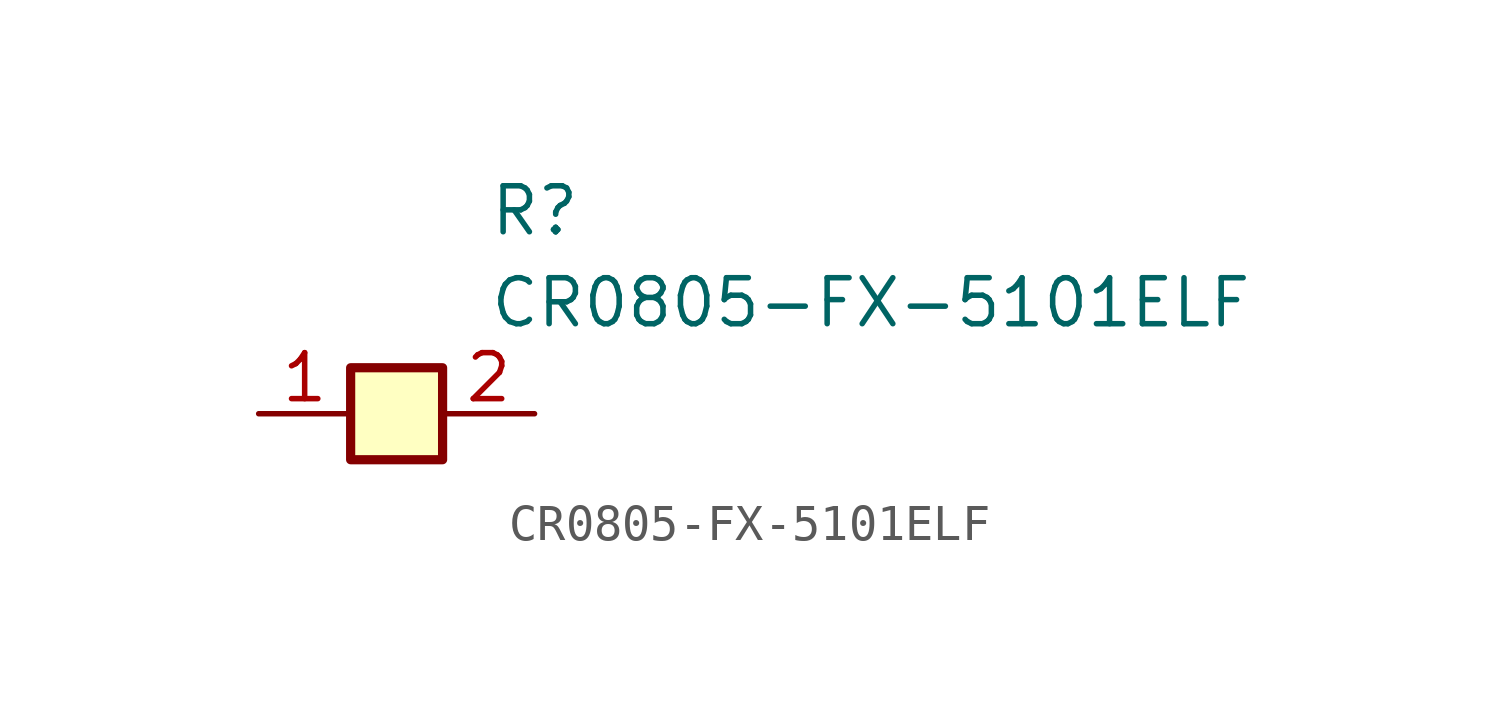
<source format=kicad_sym>
(kicad_symbol_lib
  (version 20231120)
  (generator "kicad_symbol_editor")
  (generator_version "8.0")
  (symbol "CR0805-FX-5101ELF"
    (pin_names hide)
    (property "Reference" "R"
      (at 13.97 6.35 0)
      (effects (font (size 1.27 1.27)) (justify left top)))
    (property "Value" "CR0805-FX-5101ELF"
      (at 13.97 3.81 0)
      (effects (font (size 1.27 1.27)) (justify left top)))
    (symbol "CR0805-FX-5101ELF_1_1"
      (rectangle (start 10.16 1.27) (end 12.7 -1.27) (stroke (width 0.254) (type default)) (fill (type background)))
      (pin passive line (at 7.62 0 0) (length 2.54) (name "1" (effects (font (size 1.27 1.27)))) (number "1" (effects (font (size 1.27 1.27)))))
      (pin passive line (at 15.24 0 180) (length 2.54) (name "2" (effects (font (size 1.27 1.27)))) (number "2" (effects (font (size 1.27 1.27))))))))
</source>
